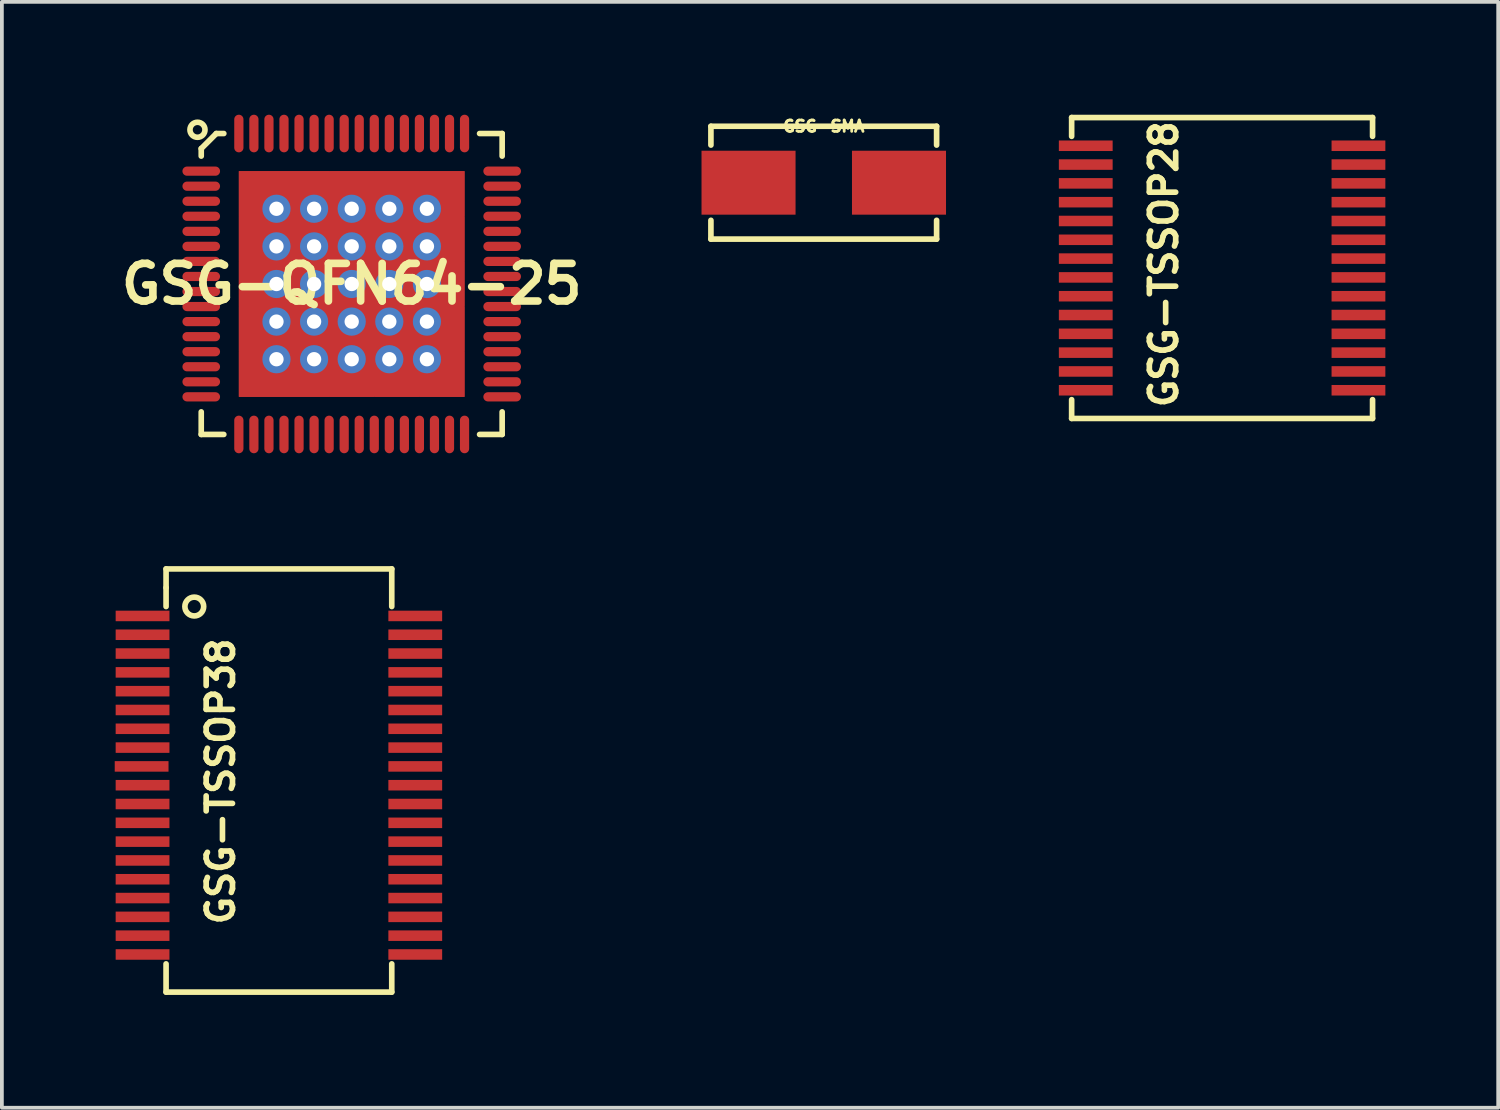
<source format=kicad_pcb>
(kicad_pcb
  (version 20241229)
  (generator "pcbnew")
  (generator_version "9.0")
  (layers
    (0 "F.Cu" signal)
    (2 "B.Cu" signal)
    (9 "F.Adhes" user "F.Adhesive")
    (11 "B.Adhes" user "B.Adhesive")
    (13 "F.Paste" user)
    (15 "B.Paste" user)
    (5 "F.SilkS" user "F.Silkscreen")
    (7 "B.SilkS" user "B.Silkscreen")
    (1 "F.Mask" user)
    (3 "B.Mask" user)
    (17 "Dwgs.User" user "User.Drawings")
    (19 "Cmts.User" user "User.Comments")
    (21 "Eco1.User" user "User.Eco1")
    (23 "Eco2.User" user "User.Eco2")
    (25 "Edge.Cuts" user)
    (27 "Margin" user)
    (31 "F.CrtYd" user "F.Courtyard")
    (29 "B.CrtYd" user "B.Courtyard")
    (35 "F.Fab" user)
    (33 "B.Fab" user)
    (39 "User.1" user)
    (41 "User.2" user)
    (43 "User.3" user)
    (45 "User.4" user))
  (footprint "GSG-TSSOP38"
    (layer "F.Cu")
    (at 4.365 17.825)
    (property "Reference" "GSG-TSSOP38" (at -1.55 -0.1 90) (layer "F.SilkS") (effects (font (size 0.7 0.7) (thickness 0.15))))
    (attr through_hole)
    (fp_line (start -3 -5.75) (end 3 -5.75) (stroke (width 0.15) (type solid)) (layer "F.SilkS"))
    (fp_line (start -3 -5.25) (end -3 -5.75) (stroke (width 0.15) (type solid)) (layer "F.SilkS"))
    (fp_line (start -3 -4.75) (end -3 -5.25) (stroke (width 0.15) (type solid)) (layer "F.SilkS"))
    (fp_line (start -3 4.75) (end -3 5.5) (stroke (width 0.15) (type solid)) (layer "F.SilkS"))
    (fp_line (start -3 5.5) (end 3 5.5) (stroke (width 0.15) (type solid)) (layer "F.SilkS"))
    (fp_line (start 3 -5.75) (end 3 -4.75) (stroke (width 0.15) (type solid)) (layer "F.SilkS"))
    (fp_line (start 3 5.5) (end 3 4.75) (stroke (width 0.15) (type solid)) (layer "F.SilkS"))
    (fp_circle (center -2.25 -4.75) (end -2.25 -4.5) (stroke (width 0.15) (type solid)) (fill no) (layer "F.SilkS"))
    (pad "1" smd rect (at -3.625 -4.5) (size 1.43 0.28) (layers "F.Cu" "F.Mask" "F.Paste"))
    (pad "2" smd rect (at -3.625 -4) (size 1.43 0.28) (layers "F.Cu" "F.Mask" "F.Paste"))
    (pad "3" smd rect (at -3.625 -3.5) (size 1.43 0.28) (layers "F.Cu" "F.Mask" "F.Paste"))
    (pad "4" smd rect (at -3.625 -3) (size 1.43 0.28) (layers "F.Cu" "F.Mask" "F.Paste"))
    (pad "5" smd rect (at -3.625 -2.5) (size 1.43 0.28) (layers "F.Cu" "F.Mask" "F.Paste"))
    (pad "6" smd rect (at -3.625 -2) (size 1.43 0.28) (layers "F.Cu" "F.Mask" "F.Paste"))
    (pad "7" smd rect (at -3.625 -1.5) (size 1.43 0.28) (layers "F.Cu" "F.Mask" "F.Paste"))
    (pad "8" smd rect (at -3.625 -1) (size 1.43 0.28) (layers "F.Cu" "F.Mask" "F.Paste"))
    (pad "9" smd rect (at -3.65 -0.5) (size 1.43 0.28) (layers "F.Cu" "F.Mask" "F.Paste"))
    (pad "10" smd rect (at -3.625 0) (size 1.43 0.28) (layers "F.Cu" "F.Mask" "F.Paste"))
    (pad "11" smd rect (at -3.625 0.5) (size 1.43 0.28) (layers "F.Cu" "F.Mask" "F.Paste"))
    (pad "12" smd rect (at -3.625 1) (size 1.43 0.28) (layers "F.Cu" "F.Mask" "F.Paste"))
    (pad "13" smd rect (at -3.625 1.5) (size 1.43 0.28) (layers "F.Cu" "F.Mask" "F.Paste"))
    (pad "14" smd rect (at -3.625 2) (size 1.43 0.28) (layers "F.Cu" "F.Mask" "F.Paste"))
    (pad "15" smd rect (at -3.625 2.5) (size 1.43 0.28) (layers "F.Cu" "F.Mask" "F.Paste"))
    (pad "16" smd rect (at -3.625 3) (size 1.43 0.28) (layers "F.Cu" "F.Mask" "F.Paste"))
    (pad "17" smd rect (at -3.625 3.5) (size 1.43 0.28) (layers "F.Cu" "F.Mask" "F.Paste"))
    (pad "18" smd rect (at -3.625 4) (size 1.43 0.28) (layers "F.Cu" "F.Mask" "F.Paste"))
    (pad "19" smd rect (at -3.625 4.5) (size 1.43 0.28) (layers "F.Cu" "F.Mask" "F.Paste"))
    (pad "20" smd rect (at 3.625 4.5) (size 1.43 0.28) (layers "F.Cu" "F.Mask" "F.Paste"))
    (pad "21" smd rect (at 3.625 4) (size 1.43 0.28) (layers "F.Cu" "F.Mask" "F.Paste"))
    (pad "22" smd rect (at 3.625 3.5) (size 1.43 0.28) (layers "F.Cu" "F.Mask" "F.Paste"))
    (pad "23" smd rect (at 3.625 3) (size 1.43 0.28) (layers "F.Cu" "F.Mask" "F.Paste"))
    (pad "24" smd rect (at 3.625 2.5) (size 1.43 0.28) (layers "F.Cu" "F.Mask" "F.Paste"))
    (pad "25" smd rect (at 3.625 2) (size 1.43 0.28) (layers "F.Cu" "F.Mask" "F.Paste"))
    (pad "26" smd rect (at 3.625 1.5) (size 1.43 0.28) (layers "F.Cu" "F.Mask" "F.Paste"))
    (pad "27" smd rect (at 3.625 1) (size 1.43 0.28) (layers "F.Cu" "F.Mask" "F.Paste"))
    (pad "28" smd rect (at 3.625 0.5) (size 1.43 0.28) (layers "F.Cu" "F.Mask" "F.Paste"))
    (pad "29" smd rect (at 3.625 0) (size 1.43 0.28) (layers "F.Cu" "F.Mask" "F.Paste"))
    (pad "30" smd rect (at 3.625 -0.5) (size 1.43 0.28) (layers "F.Cu" "F.Mask" "F.Paste"))
    (pad "31" smd rect (at 3.625 -1) (size 1.43 0.28) (layers "F.Cu" "F.Mask" "F.Paste"))
    (pad "32" smd rect (at 3.625 -1.5) (size 1.43 0.28) (layers "F.Cu" "F.Mask" "F.Paste"))
    (pad "33" smd rect (at 3.625 -2) (size 1.43 0.28) (layers "F.Cu" "F.Mask" "F.Paste"))
    (pad "34" smd rect (at 3.625 -2.5) (size 1.43 0.28) (layers "F.Cu" "F.Mask" "F.Paste"))
    (pad "35" smd rect (at 3.625 -3) (size 1.43 0.28) (layers "F.Cu" "F.Mask" "F.Paste"))
    (pad "36" smd rect (at 3.625 -3.5) (size 1.43 0.28) (layers "F.Cu" "F.Mask" "F.Paste"))
    (pad "37" smd rect (at 3.625 -4) (size 1.43 0.28) (layers "F.Cu" "F.Mask" "F.Paste"))
    (pad "38" smd rect (at 3.625 -4.5) (size 1.43 0.28) (layers "F.Cu" "F.Mask" "F.Paste")))
  (footprint "GSG-SMA"
    (layer "F.Cu")
    (at 18.85 1.807)
    (property "Reference" "GSG-SMA" (at 0 -1.5 0) (layer "F.SilkS") (effects (font (size 0.3 0.3) (thickness 0.075))))
    (attr through_hole)
    (fp_line (start -3 -1.5) (end 3 -1.5) (stroke (width 0.15) (type solid)) (layer "F.SilkS"))
    (fp_line (start -3 -1) (end -3 -1.5) (stroke (width 0.15) (type solid)) (layer "F.SilkS"))
    (fp_line (start -3 1) (end -3 1.5) (stroke (width 0.15) (type solid)) (layer "F.SilkS"))
    (fp_line (start -3 1.5) (end 3 1.5) (stroke (width 0.15) (type solid)) (layer "F.SilkS"))
    (fp_line (start 3 -1.5) (end 3 -1) (stroke (width 0.15) (type solid)) (layer "F.SilkS"))
    (fp_line (start 3 1.5) (end 3 1) (stroke (width 0.15) (type solid)) (layer "F.SilkS"))
    (pad "1" smd rect (at -2 0) (size 2.5 1.7) (layers "F.Cu" "F.Mask" "F.Paste"))
    (pad "2" smd rect (at 2 0) (size 2.5 1.7) (layers "F.Cu" "F.Mask" "F.Paste")))
  (footprint "GSG-TSSOP28"
    (layer "F.Cu")
    (at 29.44 4.075)
    (property "Reference" "GSG-TSSOP28" (at -1.55 -0.1 90) (layer "F.SilkS") (effects (font (size 0.7 0.7) (thickness 0.15))))
    (attr through_hole)
    (fp_line (start -4 -4) (end -4 -3.5) (stroke (width 0.15) (type solid)) (layer "F.SilkS"))
    (fp_line (start -4 -4) (end 4 -4) (stroke (width 0.15) (type solid)) (layer "F.SilkS"))
    (fp_line (start -4 3.5) (end -4 4) (stroke (width 0.15) (type solid)) (layer "F.SilkS"))
    (fp_line (start -4 4) (end 4 4) (stroke (width 0.15) (type solid)) (layer "F.SilkS"))
    (fp_line (start 4 -4) (end 4 -3.5) (stroke (width 0.15) (type solid)) (layer "F.SilkS"))
    (fp_line (start 4 4) (end 4 3.5) (stroke (width 0.15) (type solid)) (layer "F.SilkS"))
    (pad "1" smd rect (at -3.625 -3.25) (size 1.43 0.28) (layers "F.Cu" "F.Mask" "F.Paste"))
    (pad "2" smd rect (at -3.625 -2.75) (size 1.43 0.28) (layers "F.Cu" "F.Mask" "F.Paste"))
    (pad "3" smd rect (at -3.625 -2.25) (size 1.43 0.28) (layers "F.Cu" "F.Mask" "F.Paste"))
    (pad "4" smd rect (at -3.625 -1.75) (size 1.43 0.28) (layers "F.Cu" "F.Mask" "F.Paste"))
    (pad "5" smd rect (at -3.625 -1.25) (size 1.43 0.28) (layers "F.Cu" "F.Mask" "F.Paste"))
    (pad "6" smd rect (at -3.625 -0.75) (size 1.43 0.28) (layers "F.Cu" "F.Mask" "F.Paste"))
    (pad "7" smd rect (at -3.625 -0.25) (size 1.43 0.28) (layers "F.Cu" "F.Mask" "F.Paste"))
    (pad "8" smd rect (at -3.625 0.25) (size 1.43 0.28) (layers "F.Cu" "F.Mask" "F.Paste"))
    (pad "9" smd rect (at -3.625 0.75) (size 1.43 0.28) (layers "F.Cu" "F.Mask" "F.Paste"))
    (pad "10" smd rect (at -3.625 1.25) (size 1.43 0.28) (layers "F.Cu" "F.Mask" "F.Paste"))
    (pad "11" smd rect (at -3.625 1.75) (size 1.43 0.28) (layers "F.Cu" "F.Mask" "F.Paste"))
    (pad "12" smd rect (at -3.625 2.25) (size 1.43 0.28) (layers "F.Cu" "F.Mask" "F.Paste"))
    (pad "13" smd rect (at -3.625 2.75) (size 1.43 0.28) (layers "F.Cu" "F.Mask" "F.Paste"))
    (pad "14" smd rect (at -3.625 3.25) (size 1.43 0.28) (layers "F.Cu" "F.Mask" "F.Paste"))
    (pad "15" smd rect (at 3.625 3.25) (size 1.43 0.28) (layers "F.Cu" "F.Mask" "F.Paste"))
    (pad "16" smd rect (at 3.625 2.75) (size 1.43 0.28) (layers "F.Cu" "F.Mask" "F.Paste"))
    (pad "17" smd rect (at 3.625 2.25) (size 1.43 0.28) (layers "F.Cu" "F.Mask" "F.Paste"))
    (pad "18" smd rect (at 3.625 1.75) (size 1.43 0.28) (layers "F.Cu" "F.Mask" "F.Paste"))
    (pad "19" smd rect (at 3.625 1.25) (size 1.43 0.28) (layers "F.Cu" "F.Mask" "F.Paste"))
    (pad "20" smd rect (at 3.625 0.75) (size 1.43 0.28) (layers "F.Cu" "F.Mask" "F.Paste"))
    (pad "21" smd rect (at 3.625 0.25) (size 1.43 0.28) (layers "F.Cu" "F.Mask" "F.Paste"))
    (pad "22" smd rect (at 3.625 -0.25) (size 1.43 0.28) (layers "F.Cu" "F.Mask" "F.Paste"))
    (pad "23" smd rect (at 3.625 -0.75) (size 1.43 0.28) (layers "F.Cu" "F.Mask" "F.Paste"))
    (pad "24" smd rect (at 3.625 -1.25) (size 1.43 0.28) (layers "F.Cu" "F.Mask" "F.Paste"))
    (pad "25" smd rect (at 3.625 -1.75) (size 1.43 0.28) (layers "F.Cu" "F.Mask" "F.Paste"))
    (pad "26" smd rect (at 3.625 -2.25) (size 1.43 0.28) (layers "F.Cu" "F.Mask" "F.Paste"))
    (pad "27" smd rect (at 3.625 -2.75) (size 1.43 0.28) (layers "F.Cu" "F.Mask" "F.Paste"))
    (pad "28" smd rect (at 3.625 -3.25) (size 1.43 0.28) (layers "F.Cu" "F.Mask" "F.Paste")))
  (footprint "GSG-QFN64-25"
    (layer "F.Cu")
    (at 6.3 4.5)
    (property "Reference" "GSG-QFN64-25" (at 0 0 0) (layer "F.SilkS") (effects (font (size 1 1) (thickness 0.203))))
    (attr through_hole)
    (fp_line (start -4 -3.6) (end -4 -3.4) (stroke (width 0.15) (type solid)) (layer "F.SilkS"))
    (fp_line (start -4 3.4) (end -4 4) (stroke (width 0.15) (type solid)) (layer "F.SilkS"))
    (fp_line (start -4 4) (end -3.4 4) (stroke (width 0.15) (type solid)) (layer "F.SilkS"))
    (fp_line (start -3.6 -4) (end -4 -3.6) (stroke (width 0.15) (type solid)) (layer "F.SilkS"))
    (fp_line (start -3.4 -4) (end -3.6 -4) (stroke (width 0.15) (type solid)) (layer "F.SilkS"))
    (fp_line (start 3.4 4) (end 4 4) (stroke (width 0.15) (type solid)) (layer "F.SilkS"))
    (fp_line (start 4 -4) (end 3.4 -4) (stroke (width 0.15) (type solid)) (layer "F.SilkS"))
    (fp_line (start 4 -3.4) (end 4 -4) (stroke (width 0.15) (type solid)) (layer "F.SilkS"))
    (fp_line (start 4 4) (end 4 3.4) (stroke (width 0.15) (type solid)) (layer "F.SilkS"))
    (fp_circle (center -4.1 -4.1) (end -4.1 -3.9) (stroke (width 0.15) (type solid)) (fill no) (layer "F.SilkS"))
    (pad "0" smd rect (at -2.4 -2.4) (size 1.2 1.2) (layers "F.Cu" "F.Paste"))
    (pad "0" smd rect (at -2.4 -1.2) (size 1.2 1.2) (layers "F.Cu" "F.Paste"))
    (pad "0" smd rect (at -2.4 0) (size 1.2 1.2) (layers "F.Cu" "F.Paste"))
    (pad "0" smd rect (at -2.4 1.2) (size 1.2 1.2) (layers "F.Cu" "F.Paste"))
    (pad "0" smd rect (at -2.4 2.4) (size 1.2 1.2) (layers "F.Cu" "F.Paste"))
    (pad "0" thru_hole circle (at -2 -2) (size 0.75 0.75) (drill 0.381) (layers "*.Cu" "B.Mask"))
    (pad "0" thru_hole circle (at -2 -1) (size 0.75 0.75) (drill 0.381) (layers "*.Cu" "B.Mask"))
    (pad "0" thru_hole circle (at -2 0) (size 0.75 0.75) (drill 0.381) (layers "*.Cu" "B.Mask"))
    (pad "0" thru_hole circle (at -2 1) (size 0.75 0.75) (drill 0.381) (layers "*.Cu" "B.Mask"))
    (pad "0" thru_hole circle (at -2 2) (size 0.75 0.75) (drill 0.381) (layers "*.Cu" "B.Mask"))
    (pad "0" smd rect (at -1.2 -2.4) (size 1.2 1.2) (layers "F.Cu" "F.Paste"))
    (pad "0" smd rect (at -1.2 -1.2) (size 1.2 1.2) (layers "F.Cu" "F.Paste"))
    (pad "0" smd rect (at -1.2 0) (size 1.2 1.2) (layers "F.Cu" "F.Paste"))
    (pad "0" smd rect (at -1.2 1.2) (size 1.2 1.2) (layers "F.Cu" "F.Paste"))
    (pad "0" smd rect (at -1.2 2.4) (size 1.2 1.2) (layers "F.Cu" "F.Paste"))
    (pad "0" thru_hole circle (at -1 -2) (size 0.75 0.75) (drill 0.381) (layers "*.Cu" "B.Mask"))
    (pad "0" thru_hole circle (at -1 -1) (size 0.75 0.75) (drill 0.381) (layers "*.Cu" "B.Mask"))
    (pad "0" thru_hole circle (at -1 0) (size 0.75 0.75) (drill 0.381) (layers "*.Cu" "B.Mask"))
    (pad "0" thru_hole circle (at -1 1) (size 0.75 0.75) (drill 0.381) (layers "*.Cu" "B.Mask"))
    (pad "0" thru_hole circle (at -1 2) (size 0.75 0.75) (drill 0.381) (layers "*.Cu" "B.Mask"))
    (pad "0" smd rect (at 0 -2.4) (size 1.2 1.2) (layers "F.Cu" "F.Paste"))
    (pad "0" thru_hole circle (at 0 -2) (size 0.75 0.75) (drill 0.381) (layers "*.Cu" "B.Mask"))
    (pad "0" smd rect (at 0 -1.2) (size 1.2 1.2) (layers "F.Cu" "F.Paste"))
    (pad "0" thru_hole circle (at 0 -1) (size 0.75 0.75) (drill 0.381) (layers "*.Cu" "B.Mask"))
    (pad "0" thru_hole circle (at 0 0) (size 0.75 0.75) (drill 0.381) (layers "*.Cu" "B.Mask"))
    (pad "0" smd rect (at 0 0) (size 1.2 1.2) (layers "F.Cu" "F.Paste"))
    (pad "0" smd rect (at 0 0) (size 6 6) (layers "F.Cu" "F.Mask"))
    (pad "0" thru_hole circle (at 0 1) (size 0.75 0.75) (drill 0.381) (layers "*.Cu" "B.Mask"))
    (pad "0" smd rect (at 0 1.2) (size 1.2 1.2) (layers "F.Cu" "F.Paste"))
    (pad "0" thru_hole circle (at 0 2) (size 0.75 0.75) (drill 0.381) (layers "*.Cu" "B.Mask"))
    (pad "0" smd rect (at 0 2.4) (size 1.2 1.2) (layers "F.Cu" "F.Paste"))
    (pad "0" thru_hole circle (at 1 -2) (size 0.75 0.75) (drill 0.381) (layers "*.Cu" "B.Mask"))
    (pad "0" thru_hole circle (at 1 -1) (size 0.75 0.75) (drill 0.381) (layers "*.Cu" "B.Mask"))
    (pad "0" thru_hole circle (at 1 0) (size 0.75 0.75) (drill 0.381) (layers "*.Cu" "B.Mask"))
    (pad "0" thru_hole circle (at 1 1) (size 0.75 0.75) (drill 0.381) (layers "*.Cu" "B.Mask"))
    (pad "0" thru_hole circle (at 1 2) (size 0.75 0.75) (drill 0.381) (layers "*.Cu" "B.Mask"))
    (pad "0" smd rect (at 1.2 -2.4) (size 1.2 1.2) (layers "F.Cu" "F.Paste"))
    (pad "0" smd rect (at 1.2 -1.2) (size 1.2 1.2) (layers "F.Cu" "F.Paste"))
    (pad "0" smd rect (at 1.2 0) (size 1.2 1.2) (layers "F.Cu" "F.Paste"))
    (pad "0" smd rect (at 1.2 1.2) (size 1.2 1.2) (layers "F.Cu" "F.Paste"))
    (pad "0" smd rect (at 1.2 2.4) (size 1.2 1.2) (layers "F.Cu" "F.Paste"))
    (pad "0" thru_hole circle (at 2 -2) (size 0.75 0.75) (drill 0.381) (layers "*.Cu" "B.Mask"))
    (pad "0" thru_hole circle (at 2 -1) (size 0.75 0.75) (drill 0.381) (layers "*.Cu" "B.Mask"))
    (pad "0" thru_hole circle (at 2 0) (size 0.75 0.75) (drill 0.381) (layers "*.Cu" "B.Mask"))
    (pad "0" thru_hole circle (at 2 1) (size 0.75 0.75) (drill 0.381) (layers "*.Cu" "B.Mask"))
    (pad "0" thru_hole circle (at 2 2) (size 0.75 0.75) (drill 0.381) (layers "*.Cu" "B.Mask"))
    (pad "0" smd rect (at 2.4 -2.4) (size 1.2 1.2) (layers "F.Cu" "F.Paste"))
    (pad "0" smd rect (at 2.4 -1.2) (size 1.2 1.2) (layers "F.Cu" "F.Paste"))
    (pad "0" smd rect (at 2.4 0) (size 1.2 1.2) (layers "F.Cu" "F.Paste"))
    (pad "0" smd rect (at 2.4 1.2) (size 1.2 1.2) (layers "F.Cu" "F.Paste"))
    (pad "0" smd rect (at 2.4 2.4) (size 1.2 1.2) (layers "F.Cu" "F.Paste"))
    (pad "1" smd oval (at -4 -3) (size 1 0.245) (layers "F.Cu" "F.Mask" "F.Paste"))
    (pad "2" smd oval (at -4 -2.6) (size 1 0.245) (layers "F.Cu" "F.Mask" "F.Paste"))
    (pad "3" smd oval (at -4 -2.2) (size 1 0.245) (layers "F.Cu" "F.Mask" "F.Paste"))
    (pad "4" smd oval (at -4 -1.8) (size 1 0.245) (layers "F.Cu" "F.Mask" "F.Paste"))
    (pad "5" smd oval (at -4 -1.4) (size 1 0.245) (layers "F.Cu" "F.Mask" "F.Paste"))
    (pad "6" smd oval (at -4 -1) (size 1 0.245) (layers "F.Cu" "F.Mask" "F.Paste"))
    (pad "7" smd oval (at -4 -0.6) (size 1 0.245) (layers "F.Cu" "F.Mask" "F.Paste"))
    (pad "8" smd oval (at -4 -0.2) (size 1 0.245) (layers "F.Cu" "F.Mask" "F.Paste"))
    (pad "9" smd oval (at -4 0.2) (size 1 0.245) (layers "F.Cu" "F.Mask" "F.Paste"))
    (pad "10" smd oval (at -4 0.6) (size 1 0.245) (layers "F.Cu" "F.Mask" "F.Paste"))
    (pad "11" smd oval (at -4 1) (size 1 0.245) (layers "F.Cu" "F.Mask" "F.Paste"))
    (pad "12" smd oval (at -4 1.4) (size 1 0.245) (layers "F.Cu" "F.Mask" "F.Paste"))
    (pad "13" smd oval (at -4 1.8) (size 1 0.245) (layers "F.Cu" "F.Mask" "F.Paste"))
    (pad "14" smd oval (at -4 2.2) (size 1 0.245) (layers "F.Cu" "F.Mask" "F.Paste"))
    (pad "15" smd oval (at -4 2.6) (size 1 0.245) (layers "F.Cu" "F.Mask" "F.Paste"))
    (pad "16" smd oval (at -4 3) (size 1 0.245) (layers "F.Cu" "F.Mask" "F.Paste"))
    (pad "17" smd oval (at -3 4 90) (size 1 0.245) (layers "F.Cu" "F.Mask" "F.Paste"))
    (pad "18" smd oval (at -2.6 4 90) (size 1 0.245) (layers "F.Cu" "F.Mask" "F.Paste"))
    (pad "19" smd oval (at -2.2 4 90) (size 1 0.245) (layers "F.Cu" "F.Mask" "F.Paste"))
    (pad "20" smd oval (at -1.8 4 90) (size 1 0.245) (layers "F.Cu" "F.Mask" "F.Paste"))
    (pad "21" smd oval (at -1.4 4 90) (size 1 0.245) (layers "F.Cu" "F.Mask" "F.Paste"))
    (pad "22" smd oval (at -1 4 90) (size 1 0.245) (layers "F.Cu" "F.Mask" "F.Paste"))
    (pad "23" smd oval (at -0.6 4 90) (size 1 0.245) (layers "F.Cu" "F.Mask" "F.Paste"))
    (pad "24" smd oval (at -0.2 4 90) (size 1 0.245) (layers "F.Cu" "F.Mask" "F.Paste"))
    (pad "25" smd oval (at 0.2 4 90) (size 1 0.245) (layers "F.Cu" "F.Mask" "F.Paste"))
    (pad "26" smd oval (at 0.6 4 90) (size 1 0.245) (layers "F.Cu" "F.Mask" "F.Paste"))
    (pad "27" smd oval (at 1 4 90) (size 1 0.245) (layers "F.Cu" "F.Mask" "F.Paste"))
    (pad "28" smd oval (at 1.4 4 90) (size 1 0.245) (layers "F.Cu" "F.Mask" "F.Paste"))
    (pad "29" smd oval (at 1.8 4 90) (size 1 0.245) (layers "F.Cu" "F.Mask" "F.Paste"))
    (pad "30" smd oval (at 2.2 4 90) (size 1 0.245) (layers "F.Cu" "F.Mask" "F.Paste"))
    (pad "31" smd oval (at 2.6 4 90) (size 1 0.245) (layers "F.Cu" "F.Mask" "F.Paste"))
    (pad "32" smd oval (at 3 4 90) (size 1 0.245) (layers "F.Cu" "F.Mask" "F.Paste"))
    (pad "33" smd oval (at 4 3) (size 1 0.245) (layers "F.Cu" "F.Mask" "F.Paste"))
    (pad "34" smd oval (at 4 2.6) (size 1 0.245) (layers "F.Cu" "F.Mask" "F.Paste"))
    (pad "35" smd oval (at 4 2.2) (size 1 0.245) (layers "F.Cu" "F.Mask" "F.Paste"))
    (pad "36" smd oval (at 4 1.8) (size 1 0.245) (layers "F.Cu" "F.Mask" "F.Paste"))
    (pad "37" smd oval (at 4 1.4) (size 1 0.245) (layers "F.Cu" "F.Mask" "F.Paste"))
    (pad "38" smd oval (at 4 1) (size 1 0.245) (layers "F.Cu" "F.Mask" "F.Paste"))
    (pad "39" smd oval (at 4 0.6) (size 1 0.245) (layers "F.Cu" "F.Mask" "F.Paste"))
    (pad "40" smd oval (at 4 0.2) (size 1 0.245) (layers "F.Cu" "F.Mask" "F.Paste"))
    (pad "41" smd oval (at 4 -0.2) (size 1 0.245) (layers "F.Cu" "F.Mask" "F.Paste"))
    (pad "42" smd oval (at 4 -0.6) (size 1 0.245) (layers "F.Cu" "F.Mask" "F.Paste"))
    (pad "43" smd oval (at 4 -1) (size 1 0.245) (layers "F.Cu" "F.Mask" "F.Paste"))
    (pad "44" smd oval (at 4 -1.4) (size 1 0.245) (layers "F.Cu" "F.Mask" "F.Paste"))
    (pad "45" smd oval (at 4 -1.8) (size 1 0.245) (layers "F.Cu" "F.Mask" "F.Paste"))
    (pad "46" smd oval (at 4 -2.2) (size 1 0.245) (layers "F.Cu" "F.Mask" "F.Paste"))
    (pad "47" smd oval (at 4 -2.6) (size 1 0.245) (layers "F.Cu" "F.Mask" "F.Paste"))
    (pad "48" smd oval (at 4 -3) (size 1 0.245) (layers "F.Cu" "F.Mask" "F.Paste"))
    (pad "49" smd oval (at 3 -4 90) (size 1 0.245) (layers "F.Cu" "F.Mask" "F.Paste"))
    (pad "50" smd oval (at 2.6 -4 90) (size 1 0.245) (layers "F.Cu" "F.Mask" "F.Paste"))
    (pad "51" smd oval (at 2.2 -4 90) (size 1 0.245) (layers "F.Cu" "F.Mask" "F.Paste"))
    (pad "52" smd oval (at 1.8 -4 90) (size 1 0.245) (layers "F.Cu" "F.Mask" "F.Paste"))
    (pad "53" smd oval (at 1.4 -4 90) (size 1 0.245) (layers "F.Cu" "F.Mask" "F.Paste"))
    (pad "54" smd oval (at 1 -4 90) (size 1 0.245) (layers "F.Cu" "F.Mask" "F.Paste"))
    (pad "55" smd oval (at 0.6 -4 90) (size 1 0.245) (layers "F.Cu" "F.Mask" "F.Paste"))
    (pad "56" smd oval (at 0.2 -4 90) (size 1 0.245) (layers "F.Cu" "F.Mask" "F.Paste"))
    (pad "57" smd oval (at -0.2 -4 90) (size 1 0.245) (layers "F.Cu" "F.Mask" "F.Paste"))
    (pad "58" smd oval (at -0.6 -4 90) (size 1 0.245) (layers "F.Cu" "F.Mask" "F.Paste"))
    (pad "59" smd oval (at -1 -4 90) (size 1 0.245) (layers "F.Cu" "F.Mask" "F.Paste"))
    (pad "60" smd oval (at -1.4 -4 90) (size 1 0.245) (layers "F.Cu" "F.Mask" "F.Paste"))
    (pad "61" smd oval (at -1.8 -4 90) (size 1 0.245) (layers "F.Cu" "F.Mask" "F.Paste"))
    (pad "62" smd oval (at -2.2 -4 90) (size 1 0.245) (layers "F.Cu" "F.Mask" "F.Paste"))
    (pad "63" smd oval (at -2.6 -4 90) (size 1 0.245) (layers "F.Cu" "F.Mask" "F.Paste"))
    (pad "64" smd oval (at -3 -4 90) (size 1 0.245) (layers "F.Cu" "F.Mask" "F.Paste")))
  (gr_rect
    (start -3 -3)
    (end 36.78 26.4)
    (stroke (width 0.1) (type default))
    (fill no)
    (layer "Edge.Cuts")))
</source>
